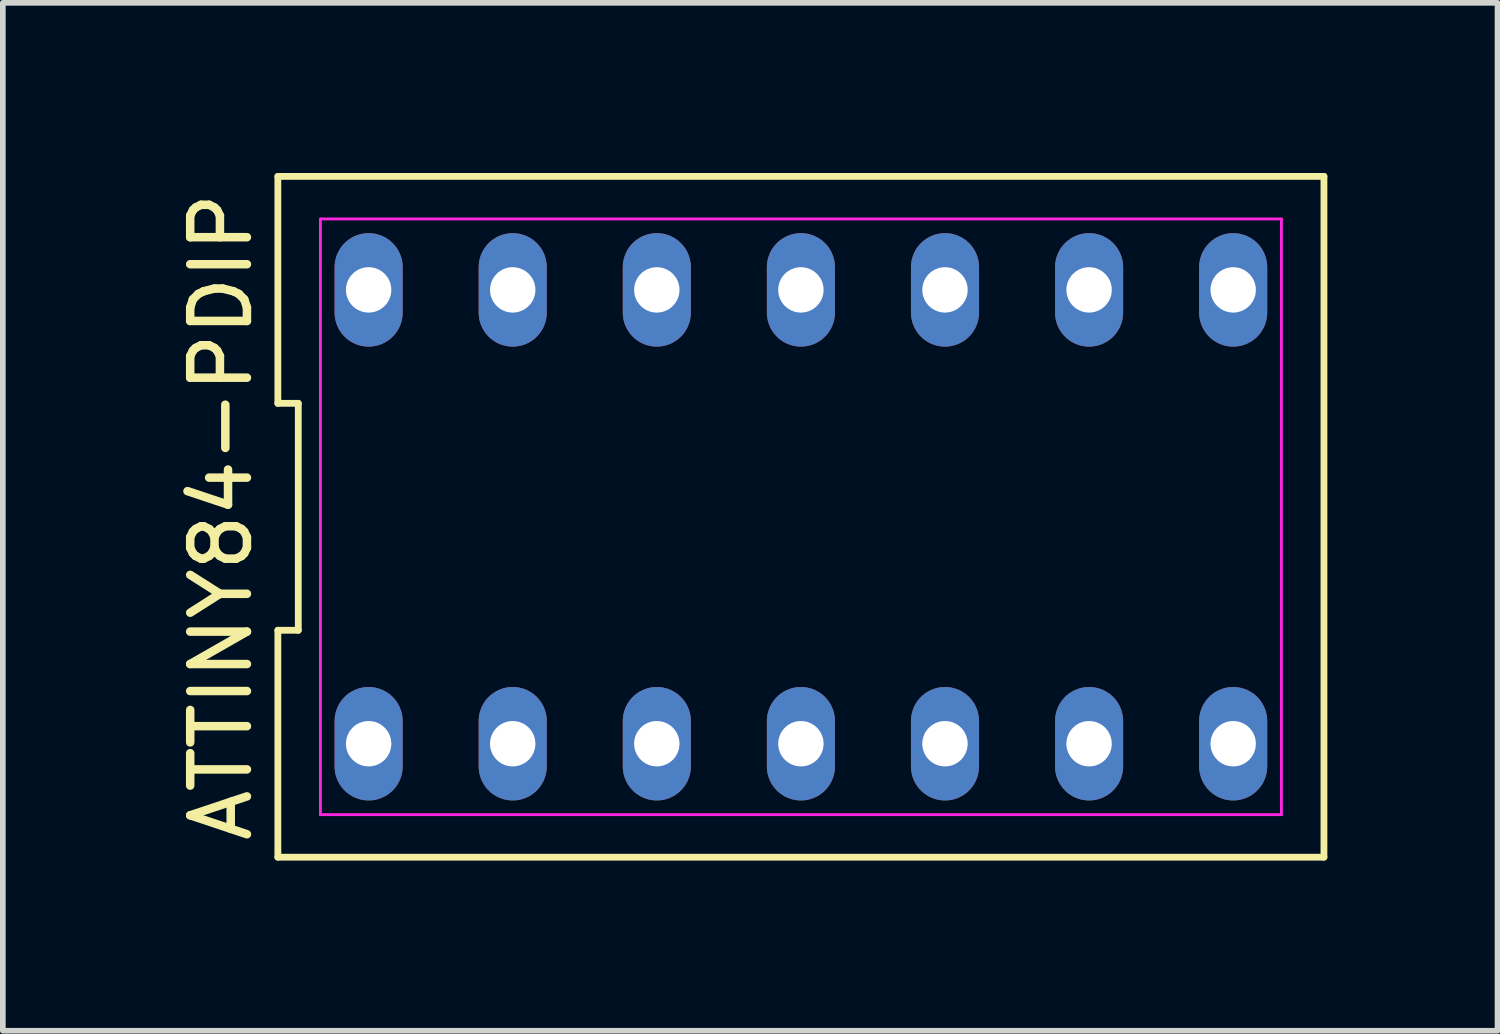
<source format=kicad_pcb>
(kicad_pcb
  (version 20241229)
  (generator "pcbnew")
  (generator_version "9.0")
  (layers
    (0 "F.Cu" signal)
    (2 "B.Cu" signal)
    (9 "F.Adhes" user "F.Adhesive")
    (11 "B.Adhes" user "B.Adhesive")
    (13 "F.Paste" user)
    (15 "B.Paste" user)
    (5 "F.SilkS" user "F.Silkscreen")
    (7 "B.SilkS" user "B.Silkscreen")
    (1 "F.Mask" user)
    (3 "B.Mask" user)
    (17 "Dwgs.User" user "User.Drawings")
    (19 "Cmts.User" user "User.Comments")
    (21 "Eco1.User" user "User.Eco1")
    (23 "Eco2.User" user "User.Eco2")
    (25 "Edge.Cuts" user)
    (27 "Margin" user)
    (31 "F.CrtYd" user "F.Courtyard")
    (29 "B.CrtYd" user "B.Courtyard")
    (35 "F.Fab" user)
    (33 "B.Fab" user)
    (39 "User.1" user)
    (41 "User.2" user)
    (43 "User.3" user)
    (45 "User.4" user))
  (footprint "ATTINY84-PDIP"
    (layer "F.Cu")
    (at 11.068 6.06)
    (property "Reference" "ATTINY84-PDIP" (at -10.22 0 90) (layer "F.SilkS") (effects (font (size 1 1) (thickness 0.15))))
    (attr through_hole)
    (fp_line (start -9.22 -6) (end -9.22 -2) (stroke (width 0.12) (type solid)) (layer "F.SilkS"))
    (fp_line (start -9.22 -2) (end -8.86 -2) (stroke (width 0.12) (type solid)) (layer "F.SilkS"))
    (fp_line (start -9.22 2) (end -9.22 6) (stroke (width 0.12) (type solid)) (layer "F.SilkS"))
    (fp_line (start -9.22 6) (end 9.22 6) (stroke (width 0.12) (type solid)) (layer "F.SilkS"))
    (fp_line (start -8.86 -2) (end -8.86 2) (stroke (width 0.12) (type solid)) (layer "F.SilkS"))
    (fp_line (start -8.86 2) (end -9.22 2) (stroke (width 0.12) (type solid)) (layer "F.SilkS"))
    (fp_line (start 9.22 -6) (end -9.22 -6) (stroke (width 0.12) (type solid)) (layer "F.SilkS"))
    (fp_line (start 9.22 6) (end 9.22 -6) (stroke (width 0.12) (type solid)) (layer "F.SilkS"))
    (fp_line (start -8.47 -5.25) (end 8.47 -5.25) (stroke (width 0.05) (type solid)) (layer "F.CrtYd"))
    (fp_line (start -8.47 5.25) (end -8.47 -5.25) (stroke (width 0.05) (type solid)) (layer "F.CrtYd"))
    (fp_line (start 8.47 -5.25) (end 8.47 5.25) (stroke (width 0.05) (type solid)) (layer "F.CrtYd"))
    (fp_line (start 8.47 5.25) (end -8.47 5.25) (stroke (width 0.05) (type solid)) (layer "F.CrtYd"))
    (pad "1" thru_hole oval (at -7.62 4) (size 1.2 2) (drill 0.8) (layers "*.Cu" "*.Mask"))
    (pad "2" thru_hole oval (at -5.08 4) (size 1.2 2) (drill 0.8) (layers "*.Cu" "*.Mask"))
    (pad "3" thru_hole oval (at -2.54 4) (size 1.2 2) (drill 0.8) (layers "*.Cu" "*.Mask"))
    (pad "4" thru_hole oval (at 0 4) (size 1.2 2) (drill 0.8) (layers "*.Cu" "*.Mask"))
    (pad "5" thru_hole oval (at 2.54 4) (size 1.2 2) (drill 0.8) (layers "*.Cu" "*.Mask"))
    (pad "6" thru_hole oval (at 5.08 4) (size 1.2 2) (drill 0.8) (layers "*.Cu" "*.Mask"))
    (pad "7" thru_hole oval (at 7.62 4) (size 1.2 2) (drill 0.8) (layers "*.Cu" "*.Mask"))
    (pad "8" thru_hole oval (at 7.62 -4) (size 1.2 2) (drill 0.8) (layers "*.Cu" "*.Mask"))
    (pad "9" thru_hole oval (at 5.08 -4) (size 1.2 2) (drill 0.8) (layers "*.Cu" "*.Mask"))
    (pad "10" thru_hole oval (at 2.54 -4) (size 1.2 2) (drill 0.8) (layers "*.Cu" "*.Mask"))
    (pad "11" thru_hole oval (at 0 -4) (size 1.2 2) (drill 0.8) (layers "*.Cu" "*.Mask"))
    (pad "12" thru_hole oval (at -2.54 -4) (size 1.2 2) (drill 0.8) (layers "*.Cu" "*.Mask"))
    (pad "13" thru_hole oval (at -5.08 -4) (size 1.2 2) (drill 0.8) (layers "*.Cu" "*.Mask"))
    (pad "14" thru_hole oval (at -7.62 -4) (size 1.2 2) (drill 0.8) (layers "*.Cu" "*.Mask")))
  (gr_rect
    (start -3 -3)
    (end 23.348 15.12)
    (stroke (width 0.1) (type default))
    (fill no)
    (layer "Edge.Cuts")))
</source>
